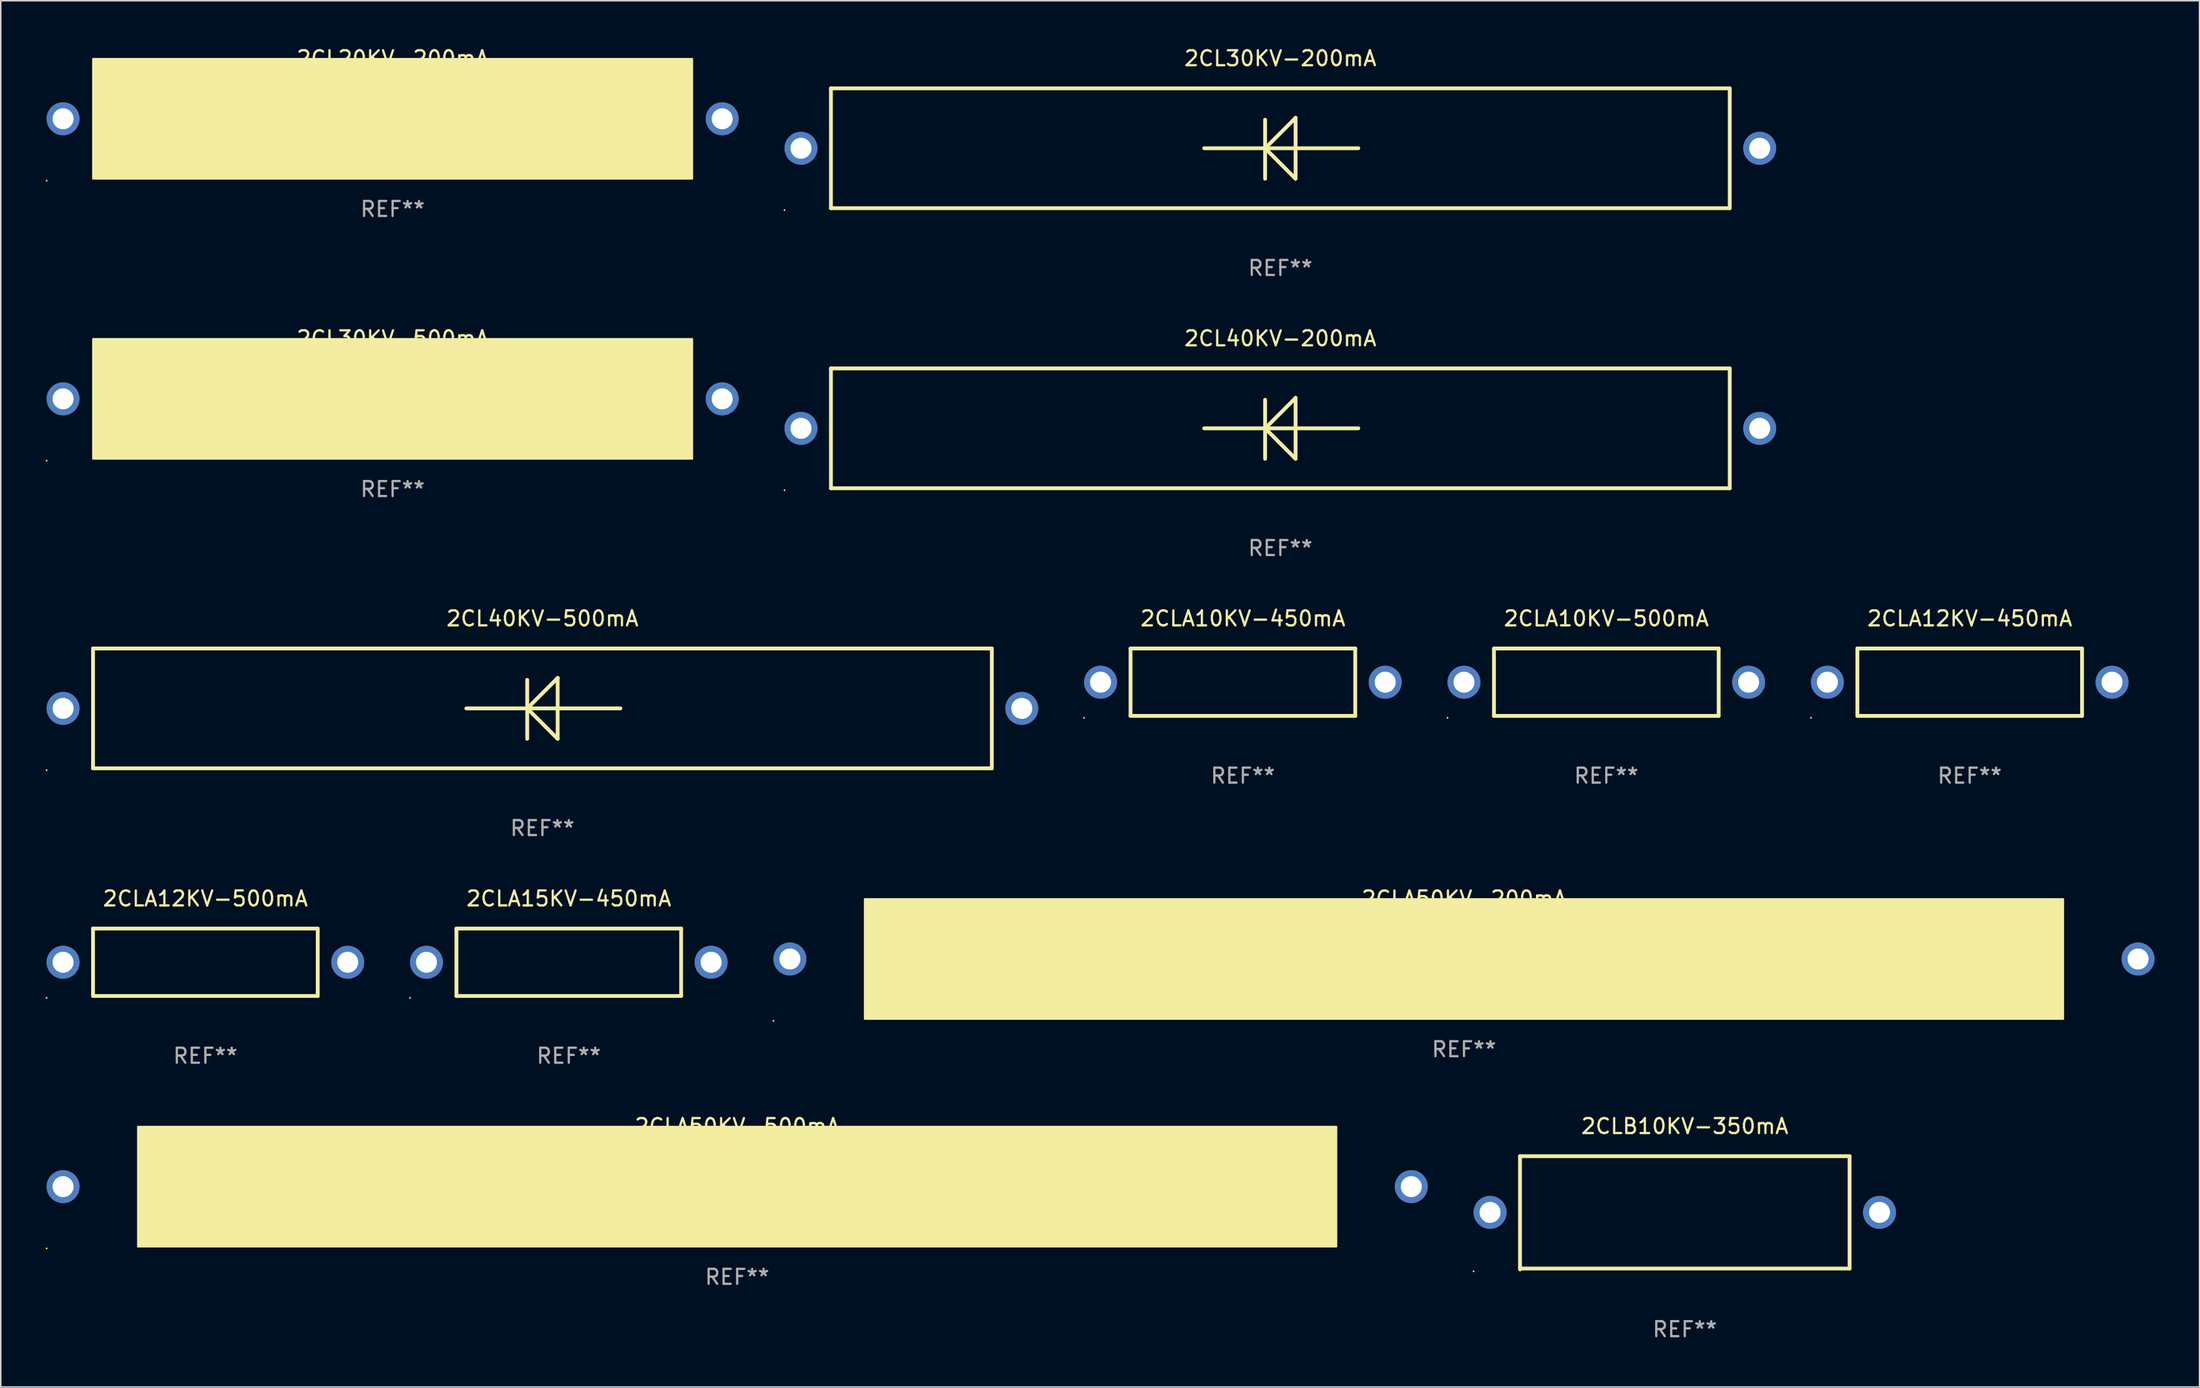
<source format=kicad_pcb>
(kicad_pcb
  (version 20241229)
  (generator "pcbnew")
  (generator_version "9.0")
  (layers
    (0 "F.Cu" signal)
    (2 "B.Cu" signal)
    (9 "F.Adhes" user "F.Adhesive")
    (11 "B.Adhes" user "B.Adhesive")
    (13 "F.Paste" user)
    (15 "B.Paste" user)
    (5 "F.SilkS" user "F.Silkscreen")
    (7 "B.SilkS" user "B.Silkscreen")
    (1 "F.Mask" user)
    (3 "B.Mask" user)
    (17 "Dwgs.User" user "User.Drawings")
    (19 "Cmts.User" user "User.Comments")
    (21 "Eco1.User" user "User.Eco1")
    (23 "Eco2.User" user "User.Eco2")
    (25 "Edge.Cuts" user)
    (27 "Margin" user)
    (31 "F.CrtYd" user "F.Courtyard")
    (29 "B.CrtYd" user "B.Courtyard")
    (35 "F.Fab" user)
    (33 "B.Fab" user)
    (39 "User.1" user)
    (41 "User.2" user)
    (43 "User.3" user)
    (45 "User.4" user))
  (footprint "2CLA50KV-500mA"
    (layer "F.Cu")
    (at 46.16 76.166)
    (property "Reference" "2CLA50KV-500mA" (at 0 -4.032 0) (layer "F.SilkS") (effects (font (size 1 1) (thickness 0.15))))
    (attr through_hole)
    (fp_line (start -5.08 0) (end 5.207 0) (stroke (width 0.254) (type solid)) (layer "F.SilkS"))
    (fp_line (start -1.016 -1.905) (end -1.016 2.032) (stroke (width 0.254) (type solid)) (layer "F.SilkS"))
    (fp_line (start -1.012 0) (end 1.016 -2.028) (stroke (width 0.254) (type solid)) (layer "F.SilkS"))
    (fp_line (start 1.016 -2.032) (end 1.016 2.032) (stroke (width 0.254) (type solid)) (layer "F.SilkS"))
    (fp_line (start 1.016 -2.028) (end 1.016 -2.032) (stroke (width 0.254) (type solid)) (layer "F.SilkS"))
    (fp_line (start 1.016 2.032) (end -1.016 0) (stroke (width 0.254) (type solid)) (layer "F.SilkS"))
    (fp_circle (center -46.1 4.127) (end -46.07 4.127) (stroke (width 0.06) (type solid)) (fill no) (layer "F.SilkS"))
    (fp_poly (pts (xy -40 -4) (xy 40 -4) (xy 40 4) (xy -40 4)) (stroke (width 0.12) (type solid)) (fill yes) (layer "F.SilkS"))
    (fp_text user "REF**" (at 0 6.032 0) (layer "F.Fab") (effects (font (size 1 1) (thickness 0.15))))
    (pad "1" thru_hole circle (at -45 0) (size 2.2 2.2) (drill 1.4) (layers "*.Cu" "*.Mask"))
    (pad "2" thru_hole circle (at 45 0) (size 2.2 2.2) (drill 1.4) (layers "*.Cu" "*.Mask")))
  (footprint "2CLA12KV-450mA"
    (layer "F.Cu")
    (at 128.44 42.491)
    (property "Reference" "2CLA12KV-450mA" (at 0 -4.25 0) (layer "F.SilkS") (effects (font (size 1 1) (thickness 0.15))))
    (attr through_hole)
    (fp_line (start -7.5 -2.25) (end -7.5 2.25) (stroke (width 0.254) (type solid)) (layer "F.SilkS"))
    (fp_line (start -7.5 -2.25) (end 7.5 -2.25) (stroke (width 0.254) (type solid)) (layer "F.SilkS"))
    (fp_line (start -7.5 2.25) (end 7.5 2.25) (stroke (width 0.254) (type solid)) (layer "F.SilkS"))
    (fp_line (start 7.5 -2.25) (end 7.5 2.25) (stroke (width 0.254) (type solid)) (layer "F.SilkS"))
    (fp_circle (center -10.6 2.377) (end -10.57 2.377) (stroke (width 0.06) (type solid)) (fill no) (layer "F.SilkS"))
    (fp_text user "REF**" (at 0 6.25 0) (layer "F.Fab") (effects (font (size 1 1) (thickness 0.15))))
    (pad "1" thru_hole circle (at -9.5 0) (size 2.2 2.2) (drill 1.4) (layers "*.Cu" "*.Mask"))
    (pad "2" thru_hole circle (at 9.5 0) (size 2.2 2.2) (drill 1.4) (layers "*.Cu" "*.Mask")))
  (footprint "2CL30KV-500mA"
    (layer "F.Cu")
    (at 23.16 23.577)
    (property "Reference" "2CL30KV-500mA" (at 0 -4.032 0) (layer "F.SilkS") (effects (font (size 1 1) (thickness 0.15))))
    (attr through_hole)
    (fp_line (start -5.08 0) (end 5.207 0) (stroke (width 0.254) (type solid)) (layer "F.SilkS"))
    (fp_line (start -1.016 -1.905) (end -1.016 2.032) (stroke (width 0.254) (type solid)) (layer "F.SilkS"))
    (fp_line (start -1.012 0) (end 1.016 -2.028) (stroke (width 0.254) (type solid)) (layer "F.SilkS"))
    (fp_line (start 1.016 -2.032) (end 1.016 2.032) (stroke (width 0.254) (type solid)) (layer "F.SilkS"))
    (fp_line (start 1.016 -2.028) (end 1.016 -2.032) (stroke (width 0.254) (type solid)) (layer "F.SilkS"))
    (fp_line (start 1.016 2.032) (end -1.016 0) (stroke (width 0.254) (type solid)) (layer "F.SilkS"))
    (fp_circle (center -23.1 4.127) (end -23.07 4.127) (stroke (width 0.06) (type solid)) (fill no) (layer "F.SilkS"))
    (fp_poly (pts (xy -20 -4) (xy 20 -4) (xy 20 4) (xy -20 4)) (stroke (width 0.12) (type solid)) (fill yes) (layer "F.SilkS"))
    (fp_text user "REF**" (at 0 6.032 0) (layer "F.Fab") (effects (font (size 1 1) (thickness 0.15))))
    (pad "1" thru_hole circle (at -22 0) (size 2.2 2.2) (drill 1.4) (layers "*.Cu" "*.Mask"))
    (pad "2" thru_hole circle (at 22 0) (size 2.2 2.2) (drill 1.4) (layers "*.Cu" "*.Mask")))
  (footprint "2CL40KV-500mA"
    (layer "F.Cu")
    (at 33.16 44.241)
    (property "Reference" "2CL40KV-500mA" (at 0 -6 0) (layer "F.SilkS") (effects (font (size 1 1) (thickness 0.15))))
    (attr through_hole)
    (fp_line (start -30 -4) (end -30 4) (stroke (width 0.254) (type solid)) (layer "F.SilkS"))
    (fp_line (start -30 -4) (end 30 -4) (stroke (width 0.254) (type solid)) (layer "F.SilkS"))
    (fp_line (start -30 4) (end 30 4) (stroke (width 0.254) (type solid)) (layer "F.SilkS"))
    (fp_line (start -5.08 0) (end 5.207 0) (stroke (width 0.254) (type solid)) (layer "F.SilkS"))
    (fp_line (start -1.016 -1.905) (end -1.016 2.032) (stroke (width 0.254) (type solid)) (layer "F.SilkS"))
    (fp_line (start -1.012 0) (end 1.016 -2.028) (stroke (width 0.254) (type solid)) (layer "F.SilkS"))
    (fp_line (start 1.016 -2.032) (end 1.016 2.032) (stroke (width 0.254) (type solid)) (layer "F.SilkS"))
    (fp_line (start 1.016 -2.028) (end 1.016 -2.032) (stroke (width 0.254) (type solid)) (layer "F.SilkS"))
    (fp_line (start 1.016 2.032) (end -1.016 0) (stroke (width 0.254) (type solid)) (layer "F.SilkS"))
    (fp_line (start 30 -4) (end 30 4) (stroke (width 0.254) (type solid)) (layer "F.SilkS"))
    (fp_circle (center -33.1 4.127) (end -33.07 4.127) (stroke (width 0.06) (type solid)) (fill no) (layer "F.SilkS"))
    (fp_text user "REF**" (at 0 8 0) (layer "F.Fab") (effects (font (size 1 1) (thickness 0.15))))
    (pad "1" thru_hole circle (at -32 0) (size 2.2 2.2) (drill 1.4) (layers "*.Cu" "*.Mask"))
    (pad "2" thru_hole circle (at 32 0) (size 2.2 2.2) (drill 1.4) (layers "*.Cu" "*.Mask")))
  (footprint "2CLA50KV-200mA"
    (layer "F.Cu")
    (at 94.68 60.97)
    (property "Reference" "2CLA50KV-200mA" (at 0 -4.032 0) (layer "F.SilkS") (effects (font (size 1 1) (thickness 0.15))))
    (attr through_hole)
    (fp_line (start -5.08 0) (end 5.207 0) (stroke (width 0.254) (type solid)) (layer "F.SilkS"))
    (fp_line (start -1.016 -1.905) (end -1.016 2.032) (stroke (width 0.254) (type solid)) (layer "F.SilkS"))
    (fp_line (start -1.012 0) (end 1.016 -2.028) (stroke (width 0.254) (type solid)) (layer "F.SilkS"))
    (fp_line (start 1.016 -2.032) (end 1.016 2.032) (stroke (width 0.254) (type solid)) (layer "F.SilkS"))
    (fp_line (start 1.016 -2.028) (end 1.016 -2.032) (stroke (width 0.254) (type solid)) (layer "F.SilkS"))
    (fp_line (start 1.016 2.032) (end -1.016 0) (stroke (width 0.254) (type solid)) (layer "F.SilkS"))
    (fp_circle (center -46.1 4.127) (end -46.07 4.127) (stroke (width 0.06) (type solid)) (fill no) (layer "F.SilkS"))
    (fp_poly (pts (xy -40 -4) (xy 40 -4) (xy 40 4) (xy -40 4)) (stroke (width 0.12) (type solid)) (fill yes) (layer "F.SilkS"))
    (fp_text user "REF**" (at 0 6.032 0) (layer "F.Fab") (effects (font (size 1 1) (thickness 0.15))))
    (pad "1" thru_hole circle (at -45 0) (size 2.2 2.2) (drill 1.4) (layers "*.Cu" "*.Mask"))
    (pad "2" thru_hole circle (at 45 0) (size 2.2 2.2) (drill 1.4) (layers "*.Cu" "*.Mask")))
  (footprint "2CLA12KV-500mA"
    (layer "F.Cu")
    (at 10.66 61.188)
    (property "Reference" "2CLA12KV-500mA" (at 0 -4.25 0) (layer "F.SilkS") (effects (font (size 1 1) (thickness 0.15))))
    (attr through_hole)
    (fp_line (start -7.5 -2.25) (end -7.5 2.25) (stroke (width 0.254) (type solid)) (layer "F.SilkS"))
    (fp_line (start -7.5 -2.25) (end 7.5 -2.25) (stroke (width 0.254) (type solid)) (layer "F.SilkS"))
    (fp_line (start -7.5 2.25) (end 7.5 2.25) (stroke (width 0.254) (type solid)) (layer "F.SilkS"))
    (fp_line (start 7.5 -2.25) (end 7.5 2.25) (stroke (width 0.254) (type solid)) (layer "F.SilkS"))
    (fp_circle (center -10.6 2.377) (end -10.57 2.377) (stroke (width 0.06) (type solid)) (fill no) (layer "F.SilkS"))
    (fp_text user "REF**" (at 0 6.25 0) (layer "F.Fab") (effects (font (size 1 1) (thickness 0.15))))
    (pad "1" thru_hole circle (at -9.5 0) (size 2.2 2.2) (drill 1.4) (layers "*.Cu" "*.Mask"))
    (pad "2" thru_hole circle (at 9.5 0) (size 2.2 2.2) (drill 1.4) (layers "*.Cu" "*.Mask")))
  (footprint "2CL40KV-200mA"
    (layer "F.Cu")
    (at 82.42 25.545)
    (property "Reference" "2CL40KV-200mA" (at 0 -6 0) (layer "F.SilkS") (effects (font (size 1 1) (thickness 0.15))))
    (attr through_hole)
    (fp_line (start -30 -4) (end -30 4) (stroke (width 0.254) (type solid)) (layer "F.SilkS"))
    (fp_line (start -30 -4) (end 30 -4) (stroke (width 0.254) (type solid)) (layer "F.SilkS"))
    (fp_line (start -30 4) (end 30 4) (stroke (width 0.254) (type solid)) (layer "F.SilkS"))
    (fp_line (start -5.08 0) (end 5.207 0) (stroke (width 0.254) (type solid)) (layer "F.SilkS"))
    (fp_line (start -1.016 -1.905) (end -1.016 2.032) (stroke (width 0.254) (type solid)) (layer "F.SilkS"))
    (fp_line (start -1.012 0) (end 1.016 -2.028) (stroke (width 0.254) (type solid)) (layer "F.SilkS"))
    (fp_line (start 1.016 -2.032) (end 1.016 2.032) (stroke (width 0.254) (type solid)) (layer "F.SilkS"))
    (fp_line (start 1.016 -2.028) (end 1.016 -2.032) (stroke (width 0.254) (type solid)) (layer "F.SilkS"))
    (fp_line (start 1.016 2.032) (end -1.016 0) (stroke (width 0.254) (type solid)) (layer "F.SilkS"))
    (fp_line (start 30 -4) (end 30 4) (stroke (width 0.254) (type solid)) (layer "F.SilkS"))
    (fp_circle (center -33.1 4.127) (end -33.07 4.127) (stroke (width 0.06) (type solid)) (fill no) (layer "F.SilkS"))
    (fp_text user "REF**" (at 0 8 0) (layer "F.Fab") (effects (font (size 1 1) (thickness 0.15))))
    (pad "1" thru_hole circle (at -32 0) (size 2.2 2.2) (drill 1.4) (layers "*.Cu" "*.Mask"))
    (pad "2" thru_hole circle (at 32 0) (size 2.2 2.2) (drill 1.4) (layers "*.Cu" "*.Mask")))
  (footprint "2CL30KV-200mA"
    (layer "F.Cu")
    (at 82.42 6.848)
    (property "Reference" "2CL30KV-200mA" (at 0 -6 0) (layer "F.SilkS") (effects (font (size 1 1) (thickness 0.15))))
    (attr through_hole)
    (fp_line (start -30 -4) (end -30 4) (stroke (width 0.254) (type solid)) (layer "F.SilkS"))
    (fp_line (start -30 -4) (end 30 -4) (stroke (width 0.254) (type solid)) (layer "F.SilkS"))
    (fp_line (start -30 4) (end 30 4) (stroke (width 0.254) (type solid)) (layer "F.SilkS"))
    (fp_line (start -5.08 0) (end 5.207 0) (stroke (width 0.254) (type solid)) (layer "F.SilkS"))
    (fp_line (start -1.016 -1.905) (end -1.016 2.032) (stroke (width 0.254) (type solid)) (layer "F.SilkS"))
    (fp_line (start -1.012 0) (end 1.016 -2.028) (stroke (width 0.254) (type solid)) (layer "F.SilkS"))
    (fp_line (start 1.016 -2.032) (end 1.016 2.032) (stroke (width 0.254) (type solid)) (layer "F.SilkS"))
    (fp_line (start 1.016 -2.028) (end 1.016 -2.032) (stroke (width 0.254) (type solid)) (layer "F.SilkS"))
    (fp_line (start 1.016 2.032) (end -1.016 0) (stroke (width 0.254) (type solid)) (layer "F.SilkS"))
    (fp_line (start 30 -4) (end 30 4) (stroke (width 0.254) (type solid)) (layer "F.SilkS"))
    (fp_circle (center -33.1 4.127) (end -33.07 4.127) (stroke (width 0.06) (type solid)) (fill no) (layer "F.SilkS"))
    (fp_text user "REF**" (at 0 8 0) (layer "F.Fab") (effects (font (size 1 1) (thickness 0.15))))
    (pad "1" thru_hole circle (at -32 0) (size 2.2 2.2) (drill 1.4) (layers "*.Cu" "*.Mask"))
    (pad "2" thru_hole circle (at 32 0) (size 2.2 2.2) (drill 1.4) (layers "*.Cu" "*.Mask")))
  (footprint "2CLA10KV-500mA"
    (layer "F.Cu")
    (at 104.18 42.491)
    (property "Reference" "2CLA10KV-500mA" (at 0 -4.25 0) (layer "F.SilkS") (effects (font (size 1 1) (thickness 0.15))))
    (attr through_hole)
    (fp_line (start -7.5 -2.25) (end -7.5 2.25) (stroke (width 0.254) (type solid)) (layer "F.SilkS"))
    (fp_line (start -7.5 -2.25) (end 7.5 -2.25) (stroke (width 0.254) (type solid)) (layer "F.SilkS"))
    (fp_line (start -7.5 2.25) (end 7.5 2.25) (stroke (width 0.254) (type solid)) (layer "F.SilkS"))
    (fp_line (start 7.5 -2.25) (end 7.5 2.25) (stroke (width 0.254) (type solid)) (layer "F.SilkS"))
    (fp_circle (center -10.6 2.377) (end -10.57 2.377) (stroke (width 0.06) (type solid)) (fill no) (layer "F.SilkS"))
    (fp_text user "REF**" (at 0 6.25 0) (layer "F.Fab") (effects (font (size 1 1) (thickness 0.15))))
    (pad "1" thru_hole circle (at -9.5 0) (size 2.2 2.2) (drill 1.4) (layers "*.Cu" "*.Mask"))
    (pad "2" thru_hole circle (at 9.5 0) (size 2.2 2.2) (drill 1.4) (layers "*.Cu" "*.Mask")))
  (footprint "2CLA15KV-450mA"
    (layer "F.Cu")
    (at 34.92 61.188)
    (property "Reference" "2CLA15KV-450mA" (at 0 -4.25 0) (layer "F.SilkS") (effects (font (size 1 1) (thickness 0.15))))
    (attr through_hole)
    (fp_line (start -7.5 -2.25) (end -7.5 2.25) (stroke (width 0.254) (type solid)) (layer "F.SilkS"))
    (fp_line (start -7.5 -2.25) (end 7.5 -2.25) (stroke (width 0.254) (type solid)) (layer "F.SilkS"))
    (fp_line (start -7.5 2.25) (end 7.5 2.25) (stroke (width 0.254) (type solid)) (layer "F.SilkS"))
    (fp_line (start 7.5 -2.25) (end 7.5 2.25) (stroke (width 0.254) (type solid)) (layer "F.SilkS"))
    (fp_circle (center -10.6 2.377) (end -10.57 2.377) (stroke (width 0.06) (type solid)) (fill no) (layer "F.SilkS"))
    (fp_text user "REF**" (at 0 6.25 0) (layer "F.Fab") (effects (font (size 1 1) (thickness 0.15))))
    (pad "1" thru_hole circle (at -9.5 0) (size 2.2 2.2) (drill 1.4) (layers "*.Cu" "*.Mask"))
    (pad "2" thru_hole circle (at 9.5 0) (size 2.2 2.2) (drill 1.4) (layers "*.Cu" "*.Mask")))
  (footprint "2CLA10KV-450mA"
    (layer "F.Cu")
    (at 79.92 42.491)
    (property "Reference" "2CLA10KV-450mA" (at 0 -4.25 0) (layer "F.SilkS") (effects (font (size 1 1) (thickness 0.15))))
    (attr through_hole)
    (fp_line (start -7.5 -2.25) (end -7.5 2.25) (stroke (width 0.254) (type solid)) (layer "F.SilkS"))
    (fp_line (start -7.5 -2.25) (end 7.5 -2.25) (stroke (width 0.254) (type solid)) (layer "F.SilkS"))
    (fp_line (start -7.5 2.25) (end 7.5 2.25) (stroke (width 0.254) (type solid)) (layer "F.SilkS"))
    (fp_line (start 7.5 -2.25) (end 7.5 2.25) (stroke (width 0.254) (type solid)) (layer "F.SilkS"))
    (fp_circle (center -10.6 2.377) (end -10.57 2.377) (stroke (width 0.06) (type solid)) (fill no) (layer "F.SilkS"))
    (fp_text user "REF**" (at 0 6.25 0) (layer "F.Fab") (effects (font (size 1 1) (thickness 0.15))))
    (pad "1" thru_hole circle (at -9.5 0) (size 2.2 2.2) (drill 1.4) (layers "*.Cu" "*.Mask"))
    (pad "2" thru_hole circle (at 9.5 0) (size 2.2 2.2) (drill 1.4) (layers "*.Cu" "*.Mask")))
  (footprint "2CLB10KV-350mA"
    (layer "F.Cu")
    (at 109.42 77.914)
    (property "Reference" "2CLB10KV-350mA" (at 0 -5.78 0) (layer "F.SilkS") (effects (font (size 1 1) (thickness 0.15))))
    (attr through_hole)
    (fp_line (start -11 -3.78) (end -11 3.78) (stroke (width 0.254) (type solid)) (layer "F.SilkS"))
    (fp_line (start -11 -3.78) (end 11 -3.78) (stroke (width 0.254) (type solid)) (layer "F.SilkS"))
    (fp_line (start -11 3.72) (end 11 3.72) (stroke (width 0.254) (type solid)) (layer "F.SilkS"))
    (fp_line (start 11 -3.78) (end 11 3.72) (stroke (width 0.254) (type solid)) (layer "F.SilkS"))
    (fp_circle (center -14.1 3.907) (end -14.07 3.907) (stroke (width 0.06) (type solid)) (fill no) (layer "F.SilkS"))
    (fp_text user "REF**" (at 0 7.78 0) (layer "F.Fab") (effects (font (size 1 1) (thickness 0.15))))
    (pad "1" thru_hole circle (at -13 -0.03) (size 2.2 2.2) (drill 1.4) (layers "*.Cu" "*.Mask"))
    (pad "2" thru_hole circle (at 13 -0.03) (size 2.2 2.2) (drill 1.4) (layers "*.Cu" "*.Mask")))
  (footprint "2CL20KV-200mA"
    (layer "F.Cu")
    (at 23.16 4.88)
    (property "Reference" "2CL20KV-200mA" (at 0 -4.032 0) (layer "F.SilkS") (effects (font (size 1 1) (thickness 0.15))))
    (attr through_hole)
    (fp_line (start -5.08 0) (end 5.207 0) (stroke (width 0.254) (type solid)) (layer "F.SilkS"))
    (fp_line (start -1.016 -1.905) (end -1.016 2.032) (stroke (width 0.254) (type solid)) (layer "F.SilkS"))
    (fp_line (start -1.012 0) (end 1.016 -2.028) (stroke (width 0.254) (type solid)) (layer "F.SilkS"))
    (fp_line (start 1.016 -2.032) (end 1.016 2.032) (stroke (width 0.254) (type solid)) (layer "F.SilkS"))
    (fp_line (start 1.016 -2.028) (end 1.016 -2.032) (stroke (width 0.254) (type solid)) (layer "F.SilkS"))
    (fp_line (start 1.016 2.032) (end -1.016 0) (stroke (width 0.254) (type solid)) (layer "F.SilkS"))
    (fp_circle (center -23.1 4.127) (end -23.07 4.127) (stroke (width 0.06) (type solid)) (fill no) (layer "F.SilkS"))
    (fp_poly (pts (xy -20 -4) (xy 20 -4) (xy 20 4) (xy -20 4)) (stroke (width 0.12) (type solid)) (fill yes) (layer "F.SilkS"))
    (fp_text user "REF**" (at 0 6.032 0) (layer "F.Fab") (effects (font (size 1 1) (thickness 0.15))))
    (pad "1" thru_hole circle (at -22 0) (size 2.2 2.2) (drill 1.4) (layers "*.Cu" "*.Mask"))
    (pad "2" thru_hole circle (at 22 0) (size 2.2 2.2) (drill 1.4) (layers "*.Cu" "*.Mask")))
  (gr_rect
    (start -3 -3)
    (end 143.78 89.543)
    (stroke (width 0.1) (type default))
    (fill no)
    (layer "Edge.Cuts")))
</source>
